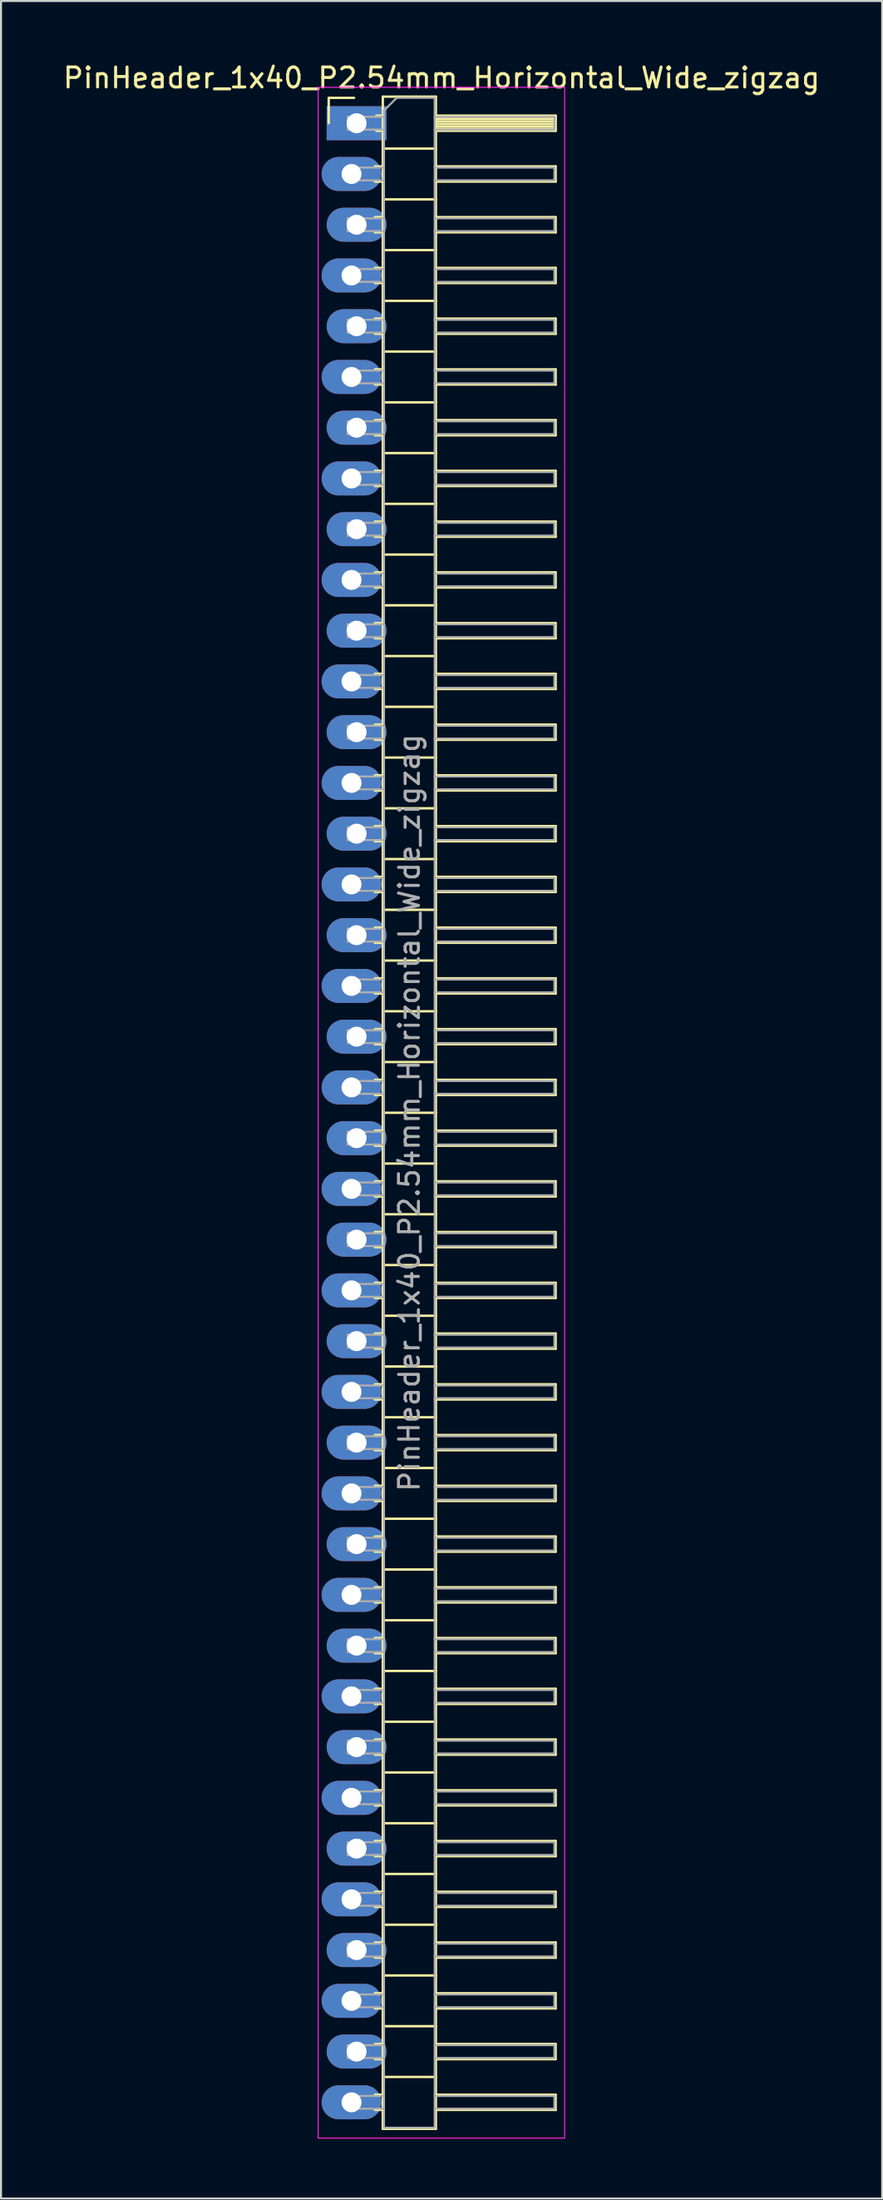
<source format=kicad_pcb>
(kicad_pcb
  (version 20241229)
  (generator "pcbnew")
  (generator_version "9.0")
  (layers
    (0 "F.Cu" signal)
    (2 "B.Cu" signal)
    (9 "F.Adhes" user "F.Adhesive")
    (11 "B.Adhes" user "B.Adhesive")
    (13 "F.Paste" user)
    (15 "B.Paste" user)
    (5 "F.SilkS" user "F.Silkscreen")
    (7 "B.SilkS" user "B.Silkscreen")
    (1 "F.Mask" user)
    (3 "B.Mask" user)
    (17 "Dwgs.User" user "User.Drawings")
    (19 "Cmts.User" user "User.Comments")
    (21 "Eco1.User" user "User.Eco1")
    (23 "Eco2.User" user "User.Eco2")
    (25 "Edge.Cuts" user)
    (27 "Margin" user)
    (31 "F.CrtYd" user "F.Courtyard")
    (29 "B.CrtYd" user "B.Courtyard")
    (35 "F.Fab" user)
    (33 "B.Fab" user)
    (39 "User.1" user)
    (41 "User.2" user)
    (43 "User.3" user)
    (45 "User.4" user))
  (footprint "PinHeader_1x40_P2.54mm_Horizontal_Wide_zigzag"
    (layer "F.Cu")
    (at 14.692 3.118)
    (property "Reference" "PinHeader_1x40_P2.54mm_Horizontal_Wide_zigzag" (at 4.385 -2.27 0) (layer "F.SilkS") (effects (font (size 1 1) (thickness 0.15))))
    (attr through_hole)
    (fp_line (start -1.27 -1.27) (end 0 -1.27) (stroke (width 0.12) (type solid)) (layer "F.SilkS"))
    (fp_line (start -1.27 0) (end -1.27 -1.27) (stroke (width 0.12) (type solid)) (layer "F.SilkS"))
    (fp_line (start 1.043 2.16) (end 1.44 2.16) (stroke (width 0.12) (type solid)) (layer "F.SilkS"))
    (fp_line (start 1.043 2.92) (end 1.44 2.92) (stroke (width 0.12) (type solid)) (layer "F.SilkS"))
    (fp_line (start 1.043 4.7) (end 1.44 4.7) (stroke (width 0.12) (type solid)) (layer "F.SilkS"))
    (fp_line (start 1.043 5.46) (end 1.44 5.46) (stroke (width 0.12) (type solid)) (layer "F.SilkS"))
    (fp_line (start 1.043 7.24) (end 1.44 7.24) (stroke (width 0.12) (type solid)) (layer "F.SilkS"))
    (fp_line (start 1.043 8) (end 1.44 8) (stroke (width 0.12) (type solid)) (layer "F.SilkS"))
    (fp_line (start 1.043 9.78) (end 1.44 9.78) (stroke (width 0.12) (type solid)) (layer "F.SilkS"))
    (fp_line (start 1.043 10.54) (end 1.44 10.54) (stroke (width 0.12) (type solid)) (layer "F.SilkS"))
    (fp_line (start 1.043 12.32) (end 1.44 12.32) (stroke (width 0.12) (type solid)) (layer "F.SilkS"))
    (fp_line (start 1.043 13.08) (end 1.44 13.08) (stroke (width 0.12) (type solid)) (layer "F.SilkS"))
    (fp_line (start 1.043 14.86) (end 1.44 14.86) (stroke (width 0.12) (type solid)) (layer "F.SilkS"))
    (fp_line (start 1.043 15.62) (end 1.44 15.62) (stroke (width 0.12) (type solid)) (layer "F.SilkS"))
    (fp_line (start 1.043 17.4) (end 1.44 17.4) (stroke (width 0.12) (type solid)) (layer "F.SilkS"))
    (fp_line (start 1.043 18.16) (end 1.44 18.16) (stroke (width 0.12) (type solid)) (layer "F.SilkS"))
    (fp_line (start 1.043 19.94) (end 1.44 19.94) (stroke (width 0.12) (type solid)) (layer "F.SilkS"))
    (fp_line (start 1.043 20.7) (end 1.44 20.7) (stroke (width 0.12) (type solid)) (layer "F.SilkS"))
    (fp_line (start 1.043 22.48) (end 1.44 22.48) (stroke (width 0.12) (type solid)) (layer "F.SilkS"))
    (fp_line (start 1.043 23.24) (end 1.44 23.24) (stroke (width 0.12) (type solid)) (layer "F.SilkS"))
    (fp_line (start 1.043 25.02) (end 1.44 25.02) (stroke (width 0.12) (type solid)) (layer "F.SilkS"))
    (fp_line (start 1.043 25.78) (end 1.44 25.78) (stroke (width 0.12) (type solid)) (layer "F.SilkS"))
    (fp_line (start 1.043 27.56) (end 1.44 27.56) (stroke (width 0.12) (type solid)) (layer "F.SilkS"))
    (fp_line (start 1.043 28.32) (end 1.44 28.32) (stroke (width 0.12) (type solid)) (layer "F.SilkS"))
    (fp_line (start 1.043 30.1) (end 1.44 30.1) (stroke (width 0.12) (type solid)) (layer "F.SilkS"))
    (fp_line (start 1.043 30.86) (end 1.44 30.86) (stroke (width 0.12) (type solid)) (layer "F.SilkS"))
    (fp_line (start 1.043 32.64) (end 1.44 32.64) (stroke (width 0.12) (type solid)) (layer "F.SilkS"))
    (fp_line (start 1.043 33.4) (end 1.44 33.4) (stroke (width 0.12) (type solid)) (layer "F.SilkS"))
    (fp_line (start 1.043 35.18) (end 1.44 35.18) (stroke (width 0.12) (type solid)) (layer "F.SilkS"))
    (fp_line (start 1.043 35.94) (end 1.44 35.94) (stroke (width 0.12) (type solid)) (layer "F.SilkS"))
    (fp_line (start 1.043 37.72) (end 1.44 37.72) (stroke (width 0.12) (type solid)) (layer "F.SilkS"))
    (fp_line (start 1.043 38.48) (end 1.44 38.48) (stroke (width 0.12) (type solid)) (layer "F.SilkS"))
    (fp_line (start 1.043 40.26) (end 1.44 40.26) (stroke (width 0.12) (type solid)) (layer "F.SilkS"))
    (fp_line (start 1.043 41.02) (end 1.44 41.02) (stroke (width 0.12) (type solid)) (layer "F.SilkS"))
    (fp_line (start 1.043 42.8) (end 1.44 42.8) (stroke (width 0.12) (type solid)) (layer "F.SilkS"))
    (fp_line (start 1.043 43.56) (end 1.44 43.56) (stroke (width 0.12) (type solid)) (layer "F.SilkS"))
    (fp_line (start 1.043 45.34) (end 1.44 45.34) (stroke (width 0.12) (type solid)) (layer "F.SilkS"))
    (fp_line (start 1.043 46.1) (end 1.44 46.1) (stroke (width 0.12) (type solid)) (layer "F.SilkS"))
    (fp_line (start 1.043 47.88) (end 1.44 47.88) (stroke (width 0.12) (type solid)) (layer "F.SilkS"))
    (fp_line (start 1.043 48.64) (end 1.44 48.64) (stroke (width 0.12) (type solid)) (layer "F.SilkS"))
    (fp_line (start 1.043 50.42) (end 1.44 50.42) (stroke (width 0.12) (type solid)) (layer "F.SilkS"))
    (fp_line (start 1.043 51.18) (end 1.44 51.18) (stroke (width 0.12) (type solid)) (layer "F.SilkS"))
    (fp_line (start 1.043 52.96) (end 1.44 52.96) (stroke (width 0.12) (type solid)) (layer "F.SilkS"))
    (fp_line (start 1.043 53.72) (end 1.44 53.72) (stroke (width 0.12) (type solid)) (layer "F.SilkS"))
    (fp_line (start 1.043 55.5) (end 1.44 55.5) (stroke (width 0.12) (type solid)) (layer "F.SilkS"))
    (fp_line (start 1.043 56.26) (end 1.44 56.26) (stroke (width 0.12) (type solid)) (layer "F.SilkS"))
    (fp_line (start 1.043 58.04) (end 1.44 58.04) (stroke (width 0.12) (type solid)) (layer "F.SilkS"))
    (fp_line (start 1.043 58.8) (end 1.44 58.8) (stroke (width 0.12) (type solid)) (layer "F.SilkS"))
    (fp_line (start 1.043 60.58) (end 1.44 60.58) (stroke (width 0.12) (type solid)) (layer "F.SilkS"))
    (fp_line (start 1.043 61.34) (end 1.44 61.34) (stroke (width 0.12) (type solid)) (layer "F.SilkS"))
    (fp_line (start 1.043 63.12) (end 1.44 63.12) (stroke (width 0.12) (type solid)) (layer "F.SilkS"))
    (fp_line (start 1.043 63.88) (end 1.44 63.88) (stroke (width 0.12) (type solid)) (layer "F.SilkS"))
    (fp_line (start 1.043 65.66) (end 1.44 65.66) (stroke (width 0.12) (type solid)) (layer "F.SilkS"))
    (fp_line (start 1.043 66.42) (end 1.44 66.42) (stroke (width 0.12) (type solid)) (layer "F.SilkS"))
    (fp_line (start 1.043 68.2) (end 1.44 68.2) (stroke (width 0.12) (type solid)) (layer "F.SilkS"))
    (fp_line (start 1.043 68.96) (end 1.44 68.96) (stroke (width 0.12) (type solid)) (layer "F.SilkS"))
    (fp_line (start 1.043 70.74) (end 1.44 70.74) (stroke (width 0.12) (type solid)) (layer "F.SilkS"))
    (fp_line (start 1.043 71.5) (end 1.44 71.5) (stroke (width 0.12) (type solid)) (layer "F.SilkS"))
    (fp_line (start 1.043 73.28) (end 1.44 73.28) (stroke (width 0.12) (type solid)) (layer "F.SilkS"))
    (fp_line (start 1.043 74.04) (end 1.44 74.04) (stroke (width 0.12) (type solid)) (layer "F.SilkS"))
    (fp_line (start 1.043 75.82) (end 1.44 75.82) (stroke (width 0.12) (type solid)) (layer "F.SilkS"))
    (fp_line (start 1.043 76.58) (end 1.44 76.58) (stroke (width 0.12) (type solid)) (layer "F.SilkS"))
    (fp_line (start 1.043 78.36) (end 1.44 78.36) (stroke (width 0.12) (type solid)) (layer "F.SilkS"))
    (fp_line (start 1.043 79.12) (end 1.44 79.12) (stroke (width 0.12) (type solid)) (layer "F.SilkS"))
    (fp_line (start 1.043 80.9) (end 1.44 80.9) (stroke (width 0.12) (type solid)) (layer "F.SilkS"))
    (fp_line (start 1.043 81.66) (end 1.44 81.66) (stroke (width 0.12) (type solid)) (layer "F.SilkS"))
    (fp_line (start 1.043 83.44) (end 1.44 83.44) (stroke (width 0.12) (type solid)) (layer "F.SilkS"))
    (fp_line (start 1.043 84.2) (end 1.44 84.2) (stroke (width 0.12) (type solid)) (layer "F.SilkS"))
    (fp_line (start 1.043 85.98) (end 1.44 85.98) (stroke (width 0.12) (type solid)) (layer "F.SilkS"))
    (fp_line (start 1.043 86.74) (end 1.44 86.74) (stroke (width 0.12) (type solid)) (layer "F.SilkS"))
    (fp_line (start 1.043 88.52) (end 1.44 88.52) (stroke (width 0.12) (type solid)) (layer "F.SilkS"))
    (fp_line (start 1.043 89.28) (end 1.44 89.28) (stroke (width 0.12) (type solid)) (layer "F.SilkS"))
    (fp_line (start 1.043 91.06) (end 1.44 91.06) (stroke (width 0.12) (type solid)) (layer "F.SilkS"))
    (fp_line (start 1.043 91.82) (end 1.44 91.82) (stroke (width 0.12) (type solid)) (layer "F.SilkS"))
    (fp_line (start 1.043 93.6) (end 1.44 93.6) (stroke (width 0.12) (type solid)) (layer "F.SilkS"))
    (fp_line (start 1.043 94.36) (end 1.44 94.36) (stroke (width 0.12) (type solid)) (layer "F.SilkS"))
    (fp_line (start 1.043 96.14) (end 1.44 96.14) (stroke (width 0.12) (type solid)) (layer "F.SilkS"))
    (fp_line (start 1.043 96.9) (end 1.44 96.9) (stroke (width 0.12) (type solid)) (layer "F.SilkS"))
    (fp_line (start 1.043 98.68) (end 1.44 98.68) (stroke (width 0.12) (type solid)) (layer "F.SilkS"))
    (fp_line (start 1.043 99.44) (end 1.44 99.44) (stroke (width 0.12) (type solid)) (layer "F.SilkS"))
    (fp_line (start 1.11 -0.38) (end 1.44 -0.38) (stroke (width 0.12) (type solid)) (layer "F.SilkS"))
    (fp_line (start 1.11 0.38) (end 1.44 0.38) (stroke (width 0.12) (type solid)) (layer "F.SilkS"))
    (fp_line (start 1.44 -1.33) (end 1.44 100.39) (stroke (width 0.12) (type solid)) (layer "F.SilkS"))
    (fp_line (start 1.44 1.27) (end 4.1 1.27) (stroke (width 0.12) (type solid)) (layer "F.SilkS"))
    (fp_line (start 1.44 3.81) (end 4.1 3.81) (stroke (width 0.12) (type solid)) (layer "F.SilkS"))
    (fp_line (start 1.44 6.35) (end 4.1 6.35) (stroke (width 0.12) (type solid)) (layer "F.SilkS"))
    (fp_line (start 1.44 8.89) (end 4.1 8.89) (stroke (width 0.12) (type solid)) (layer "F.SilkS"))
    (fp_line (start 1.44 11.43) (end 4.1 11.43) (stroke (width 0.12) (type solid)) (layer "F.SilkS"))
    (fp_line (start 1.44 13.97) (end 4.1 13.97) (stroke (width 0.12) (type solid)) (layer "F.SilkS"))
    (fp_line (start 1.44 16.51) (end 4.1 16.51) (stroke (width 0.12) (type solid)) (layer "F.SilkS"))
    (fp_line (start 1.44 19.05) (end 4.1 19.05) (stroke (width 0.12) (type solid)) (layer "F.SilkS"))
    (fp_line (start 1.44 21.59) (end 4.1 21.59) (stroke (width 0.12) (type solid)) (layer "F.SilkS"))
    (fp_line (start 1.44 24.13) (end 4.1 24.13) (stroke (width 0.12) (type solid)) (layer "F.SilkS"))
    (fp_line (start 1.44 26.67) (end 4.1 26.67) (stroke (width 0.12) (type solid)) (layer "F.SilkS"))
    (fp_line (start 1.44 29.21) (end 4.1 29.21) (stroke (width 0.12) (type solid)) (layer "F.SilkS"))
    (fp_line (start 1.44 31.75) (end 4.1 31.75) (stroke (width 0.12) (type solid)) (layer "F.SilkS"))
    (fp_line (start 1.44 34.29) (end 4.1 34.29) (stroke (width 0.12) (type solid)) (layer "F.SilkS"))
    (fp_line (start 1.44 36.83) (end 4.1 36.83) (stroke (width 0.12) (type solid)) (layer "F.SilkS"))
    (fp_line (start 1.44 39.37) (end 4.1 39.37) (stroke (width 0.12) (type solid)) (layer "F.SilkS"))
    (fp_line (start 1.44 41.91) (end 4.1 41.91) (stroke (width 0.12) (type solid)) (layer "F.SilkS"))
    (fp_line (start 1.44 44.45) (end 4.1 44.45) (stroke (width 0.12) (type solid)) (layer "F.SilkS"))
    (fp_line (start 1.44 46.99) (end 4.1 46.99) (stroke (width 0.12) (type solid)) (layer "F.SilkS"))
    (fp_line (start 1.44 49.53) (end 4.1 49.53) (stroke (width 0.12) (type solid)) (layer "F.SilkS"))
    (fp_line (start 1.44 52.07) (end 4.1 52.07) (stroke (width 0.12) (type solid)) (layer "F.SilkS"))
    (fp_line (start 1.44 54.61) (end 4.1 54.61) (stroke (width 0.12) (type solid)) (layer "F.SilkS"))
    (fp_line (start 1.44 57.15) (end 4.1 57.15) (stroke (width 0.12) (type solid)) (layer "F.SilkS"))
    (fp_line (start 1.44 59.69) (end 4.1 59.69) (stroke (width 0.12) (type solid)) (layer "F.SilkS"))
    (fp_line (start 1.44 62.23) (end 4.1 62.23) (stroke (width 0.12) (type solid)) (layer "F.SilkS"))
    (fp_line (start 1.44 64.77) (end 4.1 64.77) (stroke (width 0.12) (type solid)) (layer "F.SilkS"))
    (fp_line (start 1.44 67.31) (end 4.1 67.31) (stroke (width 0.12) (type solid)) (layer "F.SilkS"))
    (fp_line (start 1.44 69.85) (end 4.1 69.85) (stroke (width 0.12) (type solid)) (layer "F.SilkS"))
    (fp_line (start 1.44 72.39) (end 4.1 72.39) (stroke (width 0.12) (type solid)) (layer "F.SilkS"))
    (fp_line (start 1.44 74.93) (end 4.1 74.93) (stroke (width 0.12) (type solid)) (layer "F.SilkS"))
    (fp_line (start 1.44 77.47) (end 4.1 77.47) (stroke (width 0.12) (type solid)) (layer "F.SilkS"))
    (fp_line (start 1.44 80.01) (end 4.1 80.01) (stroke (width 0.12) (type solid)) (layer "F.SilkS"))
    (fp_line (start 1.44 82.55) (end 4.1 82.55) (stroke (width 0.12) (type solid)) (layer "F.SilkS"))
    (fp_line (start 1.44 85.09) (end 4.1 85.09) (stroke (width 0.12) (type solid)) (layer "F.SilkS"))
    (fp_line (start 1.44 87.63) (end 4.1 87.63) (stroke (width 0.12) (type solid)) (layer "F.SilkS"))
    (fp_line (start 1.44 90.17) (end 4.1 90.17) (stroke (width 0.12) (type solid)) (layer "F.SilkS"))
    (fp_line (start 1.44 92.71) (end 4.1 92.71) (stroke (width 0.12) (type solid)) (layer "F.SilkS"))
    (fp_line (start 1.44 95.25) (end 4.1 95.25) (stroke (width 0.12) (type solid)) (layer "F.SilkS"))
    (fp_line (start 1.44 97.79) (end 4.1 97.79) (stroke (width 0.12) (type solid)) (layer "F.SilkS"))
    (fp_line (start 1.44 100.39) (end 4.1 100.39) (stroke (width 0.12) (type solid)) (layer "F.SilkS"))
    (fp_line (start 4.1 -1.33) (end 1.44 -1.33) (stroke (width 0.12) (type solid)) (layer "F.SilkS"))
    (fp_line (start 4.1 -0.38) (end 10.1 -0.38) (stroke (width 0.12) (type solid)) (layer "F.SilkS"))
    (fp_line (start 4.1 -0.32) (end 10.1 -0.32) (stroke (width 0.12) (type solid)) (layer "F.SilkS"))
    (fp_line (start 4.1 -0.2) (end 10.1 -0.2) (stroke (width 0.12) (type solid)) (layer "F.SilkS"))
    (fp_line (start 4.1 -0.08) (end 10.1 -0.08) (stroke (width 0.12) (type solid)) (layer "F.SilkS"))
    (fp_line (start 4.1 0.04) (end 10.1 0.04) (stroke (width 0.12) (type solid)) (layer "F.SilkS"))
    (fp_line (start 4.1 0.16) (end 10.1 0.16) (stroke (width 0.12) (type solid)) (layer "F.SilkS"))
    (fp_line (start 4.1 0.28) (end 10.1 0.28) (stroke (width 0.12) (type solid)) (layer "F.SilkS"))
    (fp_line (start 4.1 2.16) (end 10.1 2.16) (stroke (width 0.12) (type solid)) (layer "F.SilkS"))
    (fp_line (start 4.1 4.7) (end 10.1 4.7) (stroke (width 0.12) (type solid)) (layer "F.SilkS"))
    (fp_line (start 4.1 7.24) (end 10.1 7.24) (stroke (width 0.12) (type solid)) (layer "F.SilkS"))
    (fp_line (start 4.1 9.78) (end 10.1 9.78) (stroke (width 0.12) (type solid)) (layer "F.SilkS"))
    (fp_line (start 4.1 12.32) (end 10.1 12.32) (stroke (width 0.12) (type solid)) (layer "F.SilkS"))
    (fp_line (start 4.1 14.86) (end 10.1 14.86) (stroke (width 0.12) (type solid)) (layer "F.SilkS"))
    (fp_line (start 4.1 17.4) (end 10.1 17.4) (stroke (width 0.12) (type solid)) (layer "F.SilkS"))
    (fp_line (start 4.1 19.94) (end 10.1 19.94) (stroke (width 0.12) (type solid)) (layer "F.SilkS"))
    (fp_line (start 4.1 22.48) (end 10.1 22.48) (stroke (width 0.12) (type solid)) (layer "F.SilkS"))
    (fp_line (start 4.1 25.02) (end 10.1 25.02) (stroke (width 0.12) (type solid)) (layer "F.SilkS"))
    (fp_line (start 4.1 27.56) (end 10.1 27.56) (stroke (width 0.12) (type solid)) (layer "F.SilkS"))
    (fp_line (start 4.1 30.1) (end 10.1 30.1) (stroke (width 0.12) (type solid)) (layer "F.SilkS"))
    (fp_line (start 4.1 32.64) (end 10.1 32.64) (stroke (width 0.12) (type solid)) (layer "F.SilkS"))
    (fp_line (start 4.1 35.18) (end 10.1 35.18) (stroke (width 0.12) (type solid)) (layer "F.SilkS"))
    (fp_line (start 4.1 37.72) (end 10.1 37.72) (stroke (width 0.12) (type solid)) (layer "F.SilkS"))
    (fp_line (start 4.1 40.26) (end 10.1 40.26) (stroke (width 0.12) (type solid)) (layer "F.SilkS"))
    (fp_line (start 4.1 42.8) (end 10.1 42.8) (stroke (width 0.12) (type solid)) (layer "F.SilkS"))
    (fp_line (start 4.1 45.34) (end 10.1 45.34) (stroke (width 0.12) (type solid)) (layer "F.SilkS"))
    (fp_line (start 4.1 47.88) (end 10.1 47.88) (stroke (width 0.12) (type solid)) (layer "F.SilkS"))
    (fp_line (start 4.1 50.42) (end 10.1 50.42) (stroke (width 0.12) (type solid)) (layer "F.SilkS"))
    (fp_line (start 4.1 52.96) (end 10.1 52.96) (stroke (width 0.12) (type solid)) (layer "F.SilkS"))
    (fp_line (start 4.1 55.5) (end 10.1 55.5) (stroke (width 0.12) (type solid)) (layer "F.SilkS"))
    (fp_line (start 4.1 58.04) (end 10.1 58.04) (stroke (width 0.12) (type solid)) (layer "F.SilkS"))
    (fp_line (start 4.1 60.58) (end 10.1 60.58) (stroke (width 0.12) (type solid)) (layer "F.SilkS"))
    (fp_line (start 4.1 63.12) (end 10.1 63.12) (stroke (width 0.12) (type solid)) (layer "F.SilkS"))
    (fp_line (start 4.1 65.66) (end 10.1 65.66) (stroke (width 0.12) (type solid)) (layer "F.SilkS"))
    (fp_line (start 4.1 68.2) (end 10.1 68.2) (stroke (width 0.12) (type solid)) (layer "F.SilkS"))
    (fp_line (start 4.1 70.74) (end 10.1 70.74) (stroke (width 0.12) (type solid)) (layer "F.SilkS"))
    (fp_line (start 4.1 73.28) (end 10.1 73.28) (stroke (width 0.12) (type solid)) (layer "F.SilkS"))
    (fp_line (start 4.1 75.82) (end 10.1 75.82) (stroke (width 0.12) (type solid)) (layer "F.SilkS"))
    (fp_line (start 4.1 78.36) (end 10.1 78.36) (stroke (width 0.12) (type solid)) (layer "F.SilkS"))
    (fp_line (start 4.1 80.9) (end 10.1 80.9) (stroke (width 0.12) (type solid)) (layer "F.SilkS"))
    (fp_line (start 4.1 83.44) (end 10.1 83.44) (stroke (width 0.12) (type solid)) (layer "F.SilkS"))
    (fp_line (start 4.1 85.98) (end 10.1 85.98) (stroke (width 0.12) (type solid)) (layer "F.SilkS"))
    (fp_line (start 4.1 88.52) (end 10.1 88.52) (stroke (width 0.12) (type solid)) (layer "F.SilkS"))
    (fp_line (start 4.1 91.06) (end 10.1 91.06) (stroke (width 0.12) (type solid)) (layer "F.SilkS"))
    (fp_line (start 4.1 93.6) (end 10.1 93.6) (stroke (width 0.12) (type solid)) (layer "F.SilkS"))
    (fp_line (start 4.1 96.14) (end 10.1 96.14) (stroke (width 0.12) (type solid)) (layer "F.SilkS"))
    (fp_line (start 4.1 98.68) (end 10.1 98.68) (stroke (width 0.12) (type solid)) (layer "F.SilkS"))
    (fp_line (start 4.1 100.39) (end 4.1 -1.33) (stroke (width 0.12) (type solid)) (layer "F.SilkS"))
    (fp_line (start 10.1 -0.38) (end 10.1 0.38) (stroke (width 0.12) (type solid)) (layer "F.SilkS"))
    (fp_line (start 10.1 0.38) (end 4.1 0.38) (stroke (width 0.12) (type solid)) (layer "F.SilkS"))
    (fp_line (start 10.1 2.16) (end 10.1 2.92) (stroke (width 0.12) (type solid)) (layer "F.SilkS"))
    (fp_line (start 10.1 2.92) (end 4.1 2.92) (stroke (width 0.12) (type solid)) (layer "F.SilkS"))
    (fp_line (start 10.1 4.7) (end 10.1 5.46) (stroke (width 0.12) (type solid)) (layer "F.SilkS"))
    (fp_line (start 10.1 5.46) (end 4.1 5.46) (stroke (width 0.12) (type solid)) (layer "F.SilkS"))
    (fp_line (start 10.1 7.24) (end 10.1 8) (stroke (width 0.12) (type solid)) (layer "F.SilkS"))
    (fp_line (start 10.1 8) (end 4.1 8) (stroke (width 0.12) (type solid)) (layer "F.SilkS"))
    (fp_line (start 10.1 9.78) (end 10.1 10.54) (stroke (width 0.12) (type solid)) (layer "F.SilkS"))
    (fp_line (start 10.1 10.54) (end 4.1 10.54) (stroke (width 0.12) (type solid)) (layer "F.SilkS"))
    (fp_line (start 10.1 12.32) (end 10.1 13.08) (stroke (width 0.12) (type solid)) (layer "F.SilkS"))
    (fp_line (start 10.1 13.08) (end 4.1 13.08) (stroke (width 0.12) (type solid)) (layer "F.SilkS"))
    (fp_line (start 10.1 14.86) (end 10.1 15.62) (stroke (width 0.12) (type solid)) (layer "F.SilkS"))
    (fp_line (start 10.1 15.62) (end 4.1 15.62) (stroke (width 0.12) (type solid)) (layer "F.SilkS"))
    (fp_line (start 10.1 17.4) (end 10.1 18.16) (stroke (width 0.12) (type solid)) (layer "F.SilkS"))
    (fp_line (start 10.1 18.16) (end 4.1 18.16) (stroke (width 0.12) (type solid)) (layer "F.SilkS"))
    (fp_line (start 10.1 19.94) (end 10.1 20.7) (stroke (width 0.12) (type solid)) (layer "F.SilkS"))
    (fp_line (start 10.1 20.7) (end 4.1 20.7) (stroke (width 0.12) (type solid)) (layer "F.SilkS"))
    (fp_line (start 10.1 22.48) (end 10.1 23.24) (stroke (width 0.12) (type solid)) (layer "F.SilkS"))
    (fp_line (start 10.1 23.24) (end 4.1 23.24) (stroke (width 0.12) (type solid)) (layer "F.SilkS"))
    (fp_line (start 10.1 25.02) (end 10.1 25.78) (stroke (width 0.12) (type solid)) (layer "F.SilkS"))
    (fp_line (start 10.1 25.78) (end 4.1 25.78) (stroke (width 0.12) (type solid)) (layer "F.SilkS"))
    (fp_line (start 10.1 27.56) (end 10.1 28.32) (stroke (width 0.12) (type solid)) (layer "F.SilkS"))
    (fp_line (start 10.1 28.32) (end 4.1 28.32) (stroke (width 0.12) (type solid)) (layer "F.SilkS"))
    (fp_line (start 10.1 30.1) (end 10.1 30.86) (stroke (width 0.12) (type solid)) (layer "F.SilkS"))
    (fp_line (start 10.1 30.86) (end 4.1 30.86) (stroke (width 0.12) (type solid)) (layer "F.SilkS"))
    (fp_line (start 10.1 32.64) (end 10.1 33.4) (stroke (width 0.12) (type solid)) (layer "F.SilkS"))
    (fp_line (start 10.1 33.4) (end 4.1 33.4) (stroke (width 0.12) (type solid)) (layer "F.SilkS"))
    (fp_line (start 10.1 35.18) (end 10.1 35.94) (stroke (width 0.12) (type solid)) (layer "F.SilkS"))
    (fp_line (start 10.1 35.94) (end 4.1 35.94) (stroke (width 0.12) (type solid)) (layer "F.SilkS"))
    (fp_line (start 10.1 37.72) (end 10.1 38.48) (stroke (width 0.12) (type solid)) (layer "F.SilkS"))
    (fp_line (start 10.1 38.48) (end 4.1 38.48) (stroke (width 0.12) (type solid)) (layer "F.SilkS"))
    (fp_line (start 10.1 40.26) (end 10.1 41.02) (stroke (width 0.12) (type solid)) (layer "F.SilkS"))
    (fp_line (start 10.1 41.02) (end 4.1 41.02) (stroke (width 0.12) (type solid)) (layer "F.SilkS"))
    (fp_line (start 10.1 42.8) (end 10.1 43.56) (stroke (width 0.12) (type solid)) (layer "F.SilkS"))
    (fp_line (start 10.1 43.56) (end 4.1 43.56) (stroke (width 0.12) (type solid)) (layer "F.SilkS"))
    (fp_line (start 10.1 45.34) (end 10.1 46.1) (stroke (width 0.12) (type solid)) (layer "F.SilkS"))
    (fp_line (start 10.1 46.1) (end 4.1 46.1) (stroke (width 0.12) (type solid)) (layer "F.SilkS"))
    (fp_line (start 10.1 47.88) (end 10.1 48.64) (stroke (width 0.12) (type solid)) (layer "F.SilkS"))
    (fp_line (start 10.1 48.64) (end 4.1 48.64) (stroke (width 0.12) (type solid)) (layer "F.SilkS"))
    (fp_line (start 10.1 50.42) (end 10.1 51.18) (stroke (width 0.12) (type solid)) (layer "F.SilkS"))
    (fp_line (start 10.1 51.18) (end 4.1 51.18) (stroke (width 0.12) (type solid)) (layer "F.SilkS"))
    (fp_line (start 10.1 52.96) (end 10.1 53.72) (stroke (width 0.12) (type solid)) (layer "F.SilkS"))
    (fp_line (start 10.1 53.72) (end 4.1 53.72) (stroke (width 0.12) (type solid)) (layer "F.SilkS"))
    (fp_line (start 10.1 55.5) (end 10.1 56.26) (stroke (width 0.12) (type solid)) (layer "F.SilkS"))
    (fp_line (start 10.1 56.26) (end 4.1 56.26) (stroke (width 0.12) (type solid)) (layer "F.SilkS"))
    (fp_line (start 10.1 58.04) (end 10.1 58.8) (stroke (width 0.12) (type solid)) (layer "F.SilkS"))
    (fp_line (start 10.1 58.8) (end 4.1 58.8) (stroke (width 0.12) (type solid)) (layer "F.SilkS"))
    (fp_line (start 10.1 60.58) (end 10.1 61.34) (stroke (width 0.12) (type solid)) (layer "F.SilkS"))
    (fp_line (start 10.1 61.34) (end 4.1 61.34) (stroke (width 0.12) (type solid)) (layer "F.SilkS"))
    (fp_line (start 10.1 63.12) (end 10.1 63.88) (stroke (width 0.12) (type solid)) (layer "F.SilkS"))
    (fp_line (start 10.1 63.88) (end 4.1 63.88) (stroke (width 0.12) (type solid)) (layer "F.SilkS"))
    (fp_line (start 10.1 65.66) (end 10.1 66.42) (stroke (width 0.12) (type solid)) (layer "F.SilkS"))
    (fp_line (start 10.1 66.42) (end 4.1 66.42) (stroke (width 0.12) (type solid)) (layer "F.SilkS"))
    (fp_line (start 10.1 68.2) (end 10.1 68.96) (stroke (width 0.12) (type solid)) (layer "F.SilkS"))
    (fp_line (start 10.1 68.96) (end 4.1 68.96) (stroke (width 0.12) (type solid)) (layer "F.SilkS"))
    (fp_line (start 10.1 70.74) (end 10.1 71.5) (stroke (width 0.12) (type solid)) (layer "F.SilkS"))
    (fp_line (start 10.1 71.5) (end 4.1 71.5) (stroke (width 0.12) (type solid)) (layer "F.SilkS"))
    (fp_line (start 10.1 73.28) (end 10.1 74.04) (stroke (width 0.12) (type solid)) (layer "F.SilkS"))
    (fp_line (start 10.1 74.04) (end 4.1 74.04) (stroke (width 0.12) (type solid)) (layer "F.SilkS"))
    (fp_line (start 10.1 75.82) (end 10.1 76.58) (stroke (width 0.12) (type solid)) (layer "F.SilkS"))
    (fp_line (start 10.1 76.58) (end 4.1 76.58) (stroke (width 0.12) (type solid)) (layer "F.SilkS"))
    (fp_line (start 10.1 78.36) (end 10.1 79.12) (stroke (width 0.12) (type solid)) (layer "F.SilkS"))
    (fp_line (start 10.1 79.12) (end 4.1 79.12) (stroke (width 0.12) (type solid)) (layer "F.SilkS"))
    (fp_line (start 10.1 80.9) (end 10.1 81.66) (stroke (width 0.12) (type solid)) (layer "F.SilkS"))
    (fp_line (start 10.1 81.66) (end 4.1 81.66) (stroke (width 0.12) (type solid)) (layer "F.SilkS"))
    (fp_line (start 10.1 83.44) (end 10.1 84.2) (stroke (width 0.12) (type solid)) (layer "F.SilkS"))
    (fp_line (start 10.1 84.2) (end 4.1 84.2) (stroke (width 0.12) (type solid)) (layer "F.SilkS"))
    (fp_line (start 10.1 85.98) (end 10.1 86.74) (stroke (width 0.12) (type solid)) (layer "F.SilkS"))
    (fp_line (start 10.1 86.74) (end 4.1 86.74) (stroke (width 0.12) (type solid)) (layer "F.SilkS"))
    (fp_line (start 10.1 88.52) (end 10.1 89.28) (stroke (width 0.12) (type solid)) (layer "F.SilkS"))
    (fp_line (start 10.1 89.28) (end 4.1 89.28) (stroke (width 0.12) (type solid)) (layer "F.SilkS"))
    (fp_line (start 10.1 91.06) (end 10.1 91.82) (stroke (width 0.12) (type solid)) (layer "F.SilkS"))
    (fp_line (start 10.1 91.82) (end 4.1 91.82) (stroke (width 0.12) (type solid)) (layer "F.SilkS"))
    (fp_line (start 10.1 93.6) (end 10.1 94.36) (stroke (width 0.12) (type solid)) (layer "F.SilkS"))
    (fp_line (start 10.1 94.36) (end 4.1 94.36) (stroke (width 0.12) (type solid)) (layer "F.SilkS"))
    (fp_line (start 10.1 96.14) (end 10.1 96.9) (stroke (width 0.12) (type solid)) (layer "F.SilkS"))
    (fp_line (start 10.1 96.9) (end 4.1 96.9) (stroke (width 0.12) (type solid)) (layer "F.SilkS"))
    (fp_line (start 10.1 98.68) (end 10.1 99.44) (stroke (width 0.12) (type solid)) (layer "F.SilkS"))
    (fp_line (start 10.1 99.44) (end 4.1 99.44) (stroke (width 0.12) (type solid)) (layer "F.SilkS"))
    (fp_line (start -1.8 -1.8) (end -1.8 100.85) (stroke (width 0.05) (type solid)) (layer "F.CrtYd"))
    (fp_line (start -1.8 100.85) (end 10.55 100.85) (stroke (width 0.05) (type solid)) (layer "F.CrtYd"))
    (fp_line (start 10.55 -1.8) (end -1.8 -1.8) (stroke (width 0.05) (type solid)) (layer "F.CrtYd"))
    (fp_line (start 10.55 100.85) (end 10.55 -1.8) (stroke (width 0.05) (type solid)) (layer "F.CrtYd"))
    (fp_line (start -0.32 -0.32) (end -0.32 0.32) (stroke (width 0.1) (type solid)) (layer "F.Fab"))
    (fp_line (start -0.32 -0.32) (end 1.5 -0.32) (stroke (width 0.1) (type solid)) (layer "F.Fab"))
    (fp_line (start -0.32 0.32) (end 1.5 0.32) (stroke (width 0.1) (type solid)) (layer "F.Fab"))
    (fp_line (start -0.32 2.22) (end -0.32 2.86) (stroke (width 0.1) (type solid)) (layer "F.Fab"))
    (fp_line (start -0.32 2.22) (end 1.5 2.22) (stroke (width 0.1) (type solid)) (layer "F.Fab"))
    (fp_line (start -0.32 2.86) (end 1.5 2.86) (stroke (width 0.1) (type solid)) (layer "F.Fab"))
    (fp_line (start -0.32 4.76) (end -0.32 5.4) (stroke (width 0.1) (type solid)) (layer "F.Fab"))
    (fp_line (start -0.32 4.76) (end 1.5 4.76) (stroke (width 0.1) (type solid)) (layer "F.Fab"))
    (fp_line (start -0.32 5.4) (end 1.5 5.4) (stroke (width 0.1) (type solid)) (layer "F.Fab"))
    (fp_line (start -0.32 7.3) (end -0.32 7.94) (stroke (width 0.1) (type solid)) (layer "F.Fab"))
    (fp_line (start -0.32 7.3) (end 1.5 7.3) (stroke (width 0.1) (type solid)) (layer "F.Fab"))
    (fp_line (start -0.32 7.94) (end 1.5 7.94) (stroke (width 0.1) (type solid)) (layer "F.Fab"))
    (fp_line (start -0.32 9.84) (end -0.32 10.48) (stroke (width 0.1) (type solid)) (layer "F.Fab"))
    (fp_line (start -0.32 9.84) (end 1.5 9.84) (stroke (width 0.1) (type solid)) (layer "F.Fab"))
    (fp_line (start -0.32 10.48) (end 1.5 10.48) (stroke (width 0.1) (type solid)) (layer "F.Fab"))
    (fp_line (start -0.32 12.38) (end -0.32 13.02) (stroke (width 0.1) (type solid)) (layer "F.Fab"))
    (fp_line (start -0.32 12.38) (end 1.5 12.38) (stroke (width 0.1) (type solid)) (layer "F.Fab"))
    (fp_line (start -0.32 13.02) (end 1.5 13.02) (stroke (width 0.1) (type solid)) (layer "F.Fab"))
    (fp_line (start -0.32 14.92) (end -0.32 15.56) (stroke (width 0.1) (type solid)) (layer "F.Fab"))
    (fp_line (start -0.32 14.92) (end 1.5 14.92) (stroke (width 0.1) (type solid)) (layer "F.Fab"))
    (fp_line (start -0.32 15.56) (end 1.5 15.56) (stroke (width 0.1) (type solid)) (layer "F.Fab"))
    (fp_line (start -0.32 17.46) (end -0.32 18.1) (stroke (width 0.1) (type solid)) (layer "F.Fab"))
    (fp_line (start -0.32 17.46) (end 1.5 17.46) (stroke (width 0.1) (type solid)) (layer "F.Fab"))
    (fp_line (start -0.32 18.1) (end 1.5 18.1) (stroke (width 0.1) (type solid)) (layer "F.Fab"))
    (fp_line (start -0.32 20) (end -0.32 20.64) (stroke (width 0.1) (type solid)) (layer "F.Fab"))
    (fp_line (start -0.32 20) (end 1.5 20) (stroke (width 0.1) (type solid)) (layer "F.Fab"))
    (fp_line (start -0.32 20.64) (end 1.5 20.64) (stroke (width 0.1) (type solid)) (layer "F.Fab"))
    (fp_line (start -0.32 22.54) (end -0.32 23.18) (stroke (width 0.1) (type solid)) (layer "F.Fab"))
    (fp_line (start -0.32 22.54) (end 1.5 22.54) (stroke (width 0.1) (type solid)) (layer "F.Fab"))
    (fp_line (start -0.32 23.18) (end 1.5 23.18) (stroke (width 0.1) (type solid)) (layer "F.Fab"))
    (fp_line (start -0.32 25.08) (end -0.32 25.72) (stroke (width 0.1) (type solid)) (layer "F.Fab"))
    (fp_line (start -0.32 25.08) (end 1.5 25.08) (stroke (width 0.1) (type solid)) (layer "F.Fab"))
    (fp_line (start -0.32 25.72) (end 1.5 25.72) (stroke (width 0.1) (type solid)) (layer "F.Fab"))
    (fp_line (start -0.32 27.62) (end -0.32 28.26) (stroke (width 0.1) (type solid)) (layer "F.Fab"))
    (fp_line (start -0.32 27.62) (end 1.5 27.62) (stroke (width 0.1) (type solid)) (layer "F.Fab"))
    (fp_line (start -0.32 28.26) (end 1.5 28.26) (stroke (width 0.1) (type solid)) (layer "F.Fab"))
    (fp_line (start -0.32 30.16) (end -0.32 30.8) (stroke (width 0.1) (type solid)) (layer "F.Fab"))
    (fp_line (start -0.32 30.16) (end 1.5 30.16) (stroke (width 0.1) (type solid)) (layer "F.Fab"))
    (fp_line (start -0.32 30.8) (end 1.5 30.8) (stroke (width 0.1) (type solid)) (layer "F.Fab"))
    (fp_line (start -0.32 32.7) (end -0.32 33.34) (stroke (width 0.1) (type solid)) (layer "F.Fab"))
    (fp_line (start -0.32 32.7) (end 1.5 32.7) (stroke (width 0.1) (type solid)) (layer "F.Fab"))
    (fp_line (start -0.32 33.34) (end 1.5 33.34) (stroke (width 0.1) (type solid)) (layer "F.Fab"))
    (fp_line (start -0.32 35.24) (end -0.32 35.88) (stroke (width 0.1) (type solid)) (layer "F.Fab"))
    (fp_line (start -0.32 35.24) (end 1.5 35.24) (stroke (width 0.1) (type solid)) (layer "F.Fab"))
    (fp_line (start -0.32 35.88) (end 1.5 35.88) (stroke (width 0.1) (type solid)) (layer "F.Fab"))
    (fp_line (start -0.32 37.78) (end -0.32 38.42) (stroke (width 0.1) (type solid)) (layer "F.Fab"))
    (fp_line (start -0.32 37.78) (end 1.5 37.78) (stroke (width 0.1) (type solid)) (layer "F.Fab"))
    (fp_line (start -0.32 38.42) (end 1.5 38.42) (stroke (width 0.1) (type solid)) (layer "F.Fab"))
    (fp_line (start -0.32 40.32) (end -0.32 40.96) (stroke (width 0.1) (type solid)) (layer "F.Fab"))
    (fp_line (start -0.32 40.32) (end 1.5 40.32) (stroke (width 0.1) (type solid)) (layer "F.Fab"))
    (fp_line (start -0.32 40.96) (end 1.5 40.96) (stroke (width 0.1) (type solid)) (layer "F.Fab"))
    (fp_line (start -0.32 42.86) (end -0.32 43.5) (stroke (width 0.1) (type solid)) (layer "F.Fab"))
    (fp_line (start -0.32 42.86) (end 1.5 42.86) (stroke (width 0.1) (type solid)) (layer "F.Fab"))
    (fp_line (start -0.32 43.5) (end 1.5 43.5) (stroke (width 0.1) (type solid)) (layer "F.Fab"))
    (fp_line (start -0.32 45.4) (end -0.32 46.04) (stroke (width 0.1) (type solid)) (layer "F.Fab"))
    (fp_line (start -0.32 45.4) (end 1.5 45.4) (stroke (width 0.1) (type solid)) (layer "F.Fab"))
    (fp_line (start -0.32 46.04) (end 1.5 46.04) (stroke (width 0.1) (type solid)) (layer "F.Fab"))
    (fp_line (start -0.32 47.94) (end -0.32 48.58) (stroke (width 0.1) (type solid)) (layer "F.Fab"))
    (fp_line (start -0.32 47.94) (end 1.5 47.94) (stroke (width 0.1) (type solid)) (layer "F.Fab"))
    (fp_line (start -0.32 48.58) (end 1.5 48.58) (stroke (width 0.1) (type solid)) (layer "F.Fab"))
    (fp_line (start -0.32 50.48) (end -0.32 51.12) (stroke (width 0.1) (type solid)) (layer "F.Fab"))
    (fp_line (start -0.32 50.48) (end 1.5 50.48) (stroke (width 0.1) (type solid)) (layer "F.Fab"))
    (fp_line (start -0.32 51.12) (end 1.5 51.12) (stroke (width 0.1) (type solid)) (layer "F.Fab"))
    (fp_line (start -0.32 53.02) (end -0.32 53.66) (stroke (width 0.1) (type solid)) (layer "F.Fab"))
    (fp_line (start -0.32 53.02) (end 1.5 53.02) (stroke (width 0.1) (type solid)) (layer "F.Fab"))
    (fp_line (start -0.32 53.66) (end 1.5 53.66) (stroke (width 0.1) (type solid)) (layer "F.Fab"))
    (fp_line (start -0.32 55.56) (end -0.32 56.2) (stroke (width 0.1) (type solid)) (layer "F.Fab"))
    (fp_line (start -0.32 55.56) (end 1.5 55.56) (stroke (width 0.1) (type solid)) (layer "F.Fab"))
    (fp_line (start -0.32 56.2) (end 1.5 56.2) (stroke (width 0.1) (type solid)) (layer "F.Fab"))
    (fp_line (start -0.32 58.1) (end -0.32 58.74) (stroke (width 0.1) (type solid)) (layer "F.Fab"))
    (fp_line (start -0.32 58.1) (end 1.5 58.1) (stroke (width 0.1) (type solid)) (layer "F.Fab"))
    (fp_line (start -0.32 58.74) (end 1.5 58.74) (stroke (width 0.1) (type solid)) (layer "F.Fab"))
    (fp_line (start -0.32 60.64) (end -0.32 61.28) (stroke (width 0.1) (type solid)) (layer "F.Fab"))
    (fp_line (start -0.32 60.64) (end 1.5 60.64) (stroke (width 0.1) (type solid)) (layer "F.Fab"))
    (fp_line (start -0.32 61.28) (end 1.5 61.28) (stroke (width 0.1) (type solid)) (layer "F.Fab"))
    (fp_line (start -0.32 63.18) (end -0.32 63.82) (stroke (width 0.1) (type solid)) (layer "F.Fab"))
    (fp_line (start -0.32 63.18) (end 1.5 63.18) (stroke (width 0.1) (type solid)) (layer "F.Fab"))
    (fp_line (start -0.32 63.82) (end 1.5 63.82) (stroke (width 0.1) (type solid)) (layer "F.Fab"))
    (fp_line (start -0.32 65.72) (end -0.32 66.36) (stroke (width 0.1) (type solid)) (layer "F.Fab"))
    (fp_line (start -0.32 65.72) (end 1.5 65.72) (stroke (width 0.1) (type solid)) (layer "F.Fab"))
    (fp_line (start -0.32 66.36) (end 1.5 66.36) (stroke (width 0.1) (type solid)) (layer "F.Fab"))
    (fp_line (start -0.32 68.26) (end -0.32 68.9) (stroke (width 0.1) (type solid)) (layer "F.Fab"))
    (fp_line (start -0.32 68.26) (end 1.5 68.26) (stroke (width 0.1) (type solid)) (layer "F.Fab"))
    (fp_line (start -0.32 68.9) (end 1.5 68.9) (stroke (width 0.1) (type solid)) (layer "F.Fab"))
    (fp_line (start -0.32 70.8) (end -0.32 71.44) (stroke (width 0.1) (type solid)) (layer "F.Fab"))
    (fp_line (start -0.32 70.8) (end 1.5 70.8) (stroke (width 0.1) (type solid)) (layer "F.Fab"))
    (fp_line (start -0.32 71.44) (end 1.5 71.44) (stroke (width 0.1) (type solid)) (layer "F.Fab"))
    (fp_line (start -0.32 73.34) (end -0.32 73.98) (stroke (width 0.1) (type solid)) (layer "F.Fab"))
    (fp_line (start -0.32 73.34) (end 1.5 73.34) (stroke (width 0.1) (type solid)) (layer "F.Fab"))
    (fp_line (start -0.32 73.98) (end 1.5 73.98) (stroke (width 0.1) (type solid)) (layer "F.Fab"))
    (fp_line (start -0.32 75.88) (end -0.32 76.52) (stroke (width 0.1) (type solid)) (layer "F.Fab"))
    (fp_line (start -0.32 75.88) (end 1.5 75.88) (stroke (width 0.1) (type solid)) (layer "F.Fab"))
    (fp_line (start -0.32 76.52) (end 1.5 76.52) (stroke (width 0.1) (type solid)) (layer "F.Fab"))
    (fp_line (start -0.32 78.42) (end -0.32 79.06) (stroke (width 0.1) (type solid)) (layer "F.Fab"))
    (fp_line (start -0.32 78.42) (end 1.5 78.42) (stroke (width 0.1) (type solid)) (layer "F.Fab"))
    (fp_line (start -0.32 79.06) (end 1.5 79.06) (stroke (width 0.1) (type solid)) (layer "F.Fab"))
    (fp_line (start -0.32 80.96) (end -0.32 81.6) (stroke (width 0.1) (type solid)) (layer "F.Fab"))
    (fp_line (start -0.32 80.96) (end 1.5 80.96) (stroke (width 0.1) (type solid)) (layer "F.Fab"))
    (fp_line (start -0.32 81.6) (end 1.5 81.6) (stroke (width 0.1) (type solid)) (layer "F.Fab"))
    (fp_line (start -0.32 83.5) (end -0.32 84.14) (stroke (width 0.1) (type solid)) (layer "F.Fab"))
    (fp_line (start -0.32 83.5) (end 1.5 83.5) (stroke (width 0.1) (type solid)) (layer "F.Fab"))
    (fp_line (start -0.32 84.14) (end 1.5 84.14) (stroke (width 0.1) (type solid)) (layer "F.Fab"))
    (fp_line (start -0.32 86.04) (end -0.32 86.68) (stroke (width 0.1) (type solid)) (layer "F.Fab"))
    (fp_line (start -0.32 86.04) (end 1.5 86.04) (stroke (width 0.1) (type solid)) (layer "F.Fab"))
    (fp_line (start -0.32 86.68) (end 1.5 86.68) (stroke (width 0.1) (type solid)) (layer "F.Fab"))
    (fp_line (start -0.32 88.58) (end -0.32 89.22) (stroke (width 0.1) (type solid)) (layer "F.Fab"))
    (fp_line (start -0.32 88.58) (end 1.5 88.58) (stroke (width 0.1) (type solid)) (layer "F.Fab"))
    (fp_line (start -0.32 89.22) (end 1.5 89.22) (stroke (width 0.1) (type solid)) (layer "F.Fab"))
    (fp_line (start -0.32 91.12) (end -0.32 91.76) (stroke (width 0.1) (type solid)) (layer "F.Fab"))
    (fp_line (start -0.32 91.12) (end 1.5 91.12) (stroke (width 0.1) (type solid)) (layer "F.Fab"))
    (fp_line (start -0.32 91.76) (end 1.5 91.76) (stroke (width 0.1) (type solid)) (layer "F.Fab"))
    (fp_line (start -0.32 93.66) (end -0.32 94.3) (stroke (width 0.1) (type solid)) (layer "F.Fab"))
    (fp_line (start -0.32 93.66) (end 1.5 93.66) (stroke (width 0.1) (type solid)) (layer "F.Fab"))
    (fp_line (start -0.32 94.3) (end 1.5 94.3) (stroke (width 0.1) (type solid)) (layer "F.Fab"))
    (fp_line (start -0.32 96.2) (end -0.32 96.84) (stroke (width 0.1) (type solid)) (layer "F.Fab"))
    (fp_line (start -0.32 96.2) (end 1.5 96.2) (stroke (width 0.1) (type solid)) (layer "F.Fab"))
    (fp_line (start -0.32 96.84) (end 1.5 96.84) (stroke (width 0.1) (type solid)) (layer "F.Fab"))
    (fp_line (start -0.32 98.74) (end -0.32 99.38) (stroke (width 0.1) (type solid)) (layer "F.Fab"))
    (fp_line (start -0.32 98.74) (end 1.5 98.74) (stroke (width 0.1) (type solid)) (layer "F.Fab"))
    (fp_line (start -0.32 99.38) (end 1.5 99.38) (stroke (width 0.1) (type solid)) (layer "F.Fab"))
    (fp_line (start 1.5 -0.635) (end 2.135 -1.27) (stroke (width 0.1) (type solid)) (layer "F.Fab"))
    (fp_line (start 1.5 100.33) (end 1.5 -0.635) (stroke (width 0.1) (type solid)) (layer "F.Fab"))
    (fp_line (start 2.135 -1.27) (end 4.04 -1.27) (stroke (width 0.1) (type solid)) (layer "F.Fab"))
    (fp_line (start 4.04 -1.27) (end 4.04 100.33) (stroke (width 0.1) (type solid)) (layer "F.Fab"))
    (fp_line (start 4.04 -0.32) (end 10.04 -0.32) (stroke (width 0.1) (type solid)) (layer "F.Fab"))
    (fp_line (start 4.04 0.32) (end 10.04 0.32) (stroke (width 0.1) (type solid)) (layer "F.Fab"))
    (fp_line (start 4.04 2.22) (end 10.04 2.22) (stroke (width 0.1) (type solid)) (layer "F.Fab"))
    (fp_line (start 4.04 2.86) (end 10.04 2.86) (stroke (width 0.1) (type solid)) (layer "F.Fab"))
    (fp_line (start 4.04 4.76) (end 10.04 4.76) (stroke (width 0.1) (type solid)) (layer "F.Fab"))
    (fp_line (start 4.04 5.4) (end 10.04 5.4) (stroke (width 0.1) (type solid)) (layer "F.Fab"))
    (fp_line (start 4.04 7.3) (end 10.04 7.3) (stroke (width 0.1) (type solid)) (layer "F.Fab"))
    (fp_line (start 4.04 7.94) (end 10.04 7.94) (stroke (width 0.1) (type solid)) (layer "F.Fab"))
    (fp_line (start 4.04 9.84) (end 10.04 9.84) (stroke (width 0.1) (type solid)) (layer "F.Fab"))
    (fp_line (start 4.04 10.48) (end 10.04 10.48) (stroke (width 0.1) (type solid)) (layer "F.Fab"))
    (fp_line (start 4.04 12.38) (end 10.04 12.38) (stroke (width 0.1) (type solid)) (layer "F.Fab"))
    (fp_line (start 4.04 13.02) (end 10.04 13.02) (stroke (width 0.1) (type solid)) (layer "F.Fab"))
    (fp_line (start 4.04 14.92) (end 10.04 14.92) (stroke (width 0.1) (type solid)) (layer "F.Fab"))
    (fp_line (start 4.04 15.56) (end 10.04 15.56) (stroke (width 0.1) (type solid)) (layer "F.Fab"))
    (fp_line (start 4.04 17.46) (end 10.04 17.46) (stroke (width 0.1) (type solid)) (layer "F.Fab"))
    (fp_line (start 4.04 18.1) (end 10.04 18.1) (stroke (width 0.1) (type solid)) (layer "F.Fab"))
    (fp_line (start 4.04 20) (end 10.04 20) (stroke (width 0.1) (type solid)) (layer "F.Fab"))
    (fp_line (start 4.04 20.64) (end 10.04 20.64) (stroke (width 0.1) (type solid)) (layer "F.Fab"))
    (fp_line (start 4.04 22.54) (end 10.04 22.54) (stroke (width 0.1) (type solid)) (layer "F.Fab"))
    (fp_line (start 4.04 23.18) (end 10.04 23.18) (stroke (width 0.1) (type solid)) (layer "F.Fab"))
    (fp_line (start 4.04 25.08) (end 10.04 25.08) (stroke (width 0.1) (type solid)) (layer "F.Fab"))
    (fp_line (start 4.04 25.72) (end 10.04 25.72) (stroke (width 0.1) (type solid)) (layer "F.Fab"))
    (fp_line (start 4.04 27.62) (end 10.04 27.62) (stroke (width 0.1) (type solid)) (layer "F.Fab"))
    (fp_line (start 4.04 28.26) (end 10.04 28.26) (stroke (width 0.1) (type solid)) (layer "F.Fab"))
    (fp_line (start 4.04 30.16) (end 10.04 30.16) (stroke (width 0.1) (type solid)) (layer "F.Fab"))
    (fp_line (start 4.04 30.8) (end 10.04 30.8) (stroke (width 0.1) (type solid)) (layer "F.Fab"))
    (fp_line (start 4.04 32.7) (end 10.04 32.7) (stroke (width 0.1) (type solid)) (layer "F.Fab"))
    (fp_line (start 4.04 33.34) (end 10.04 33.34) (stroke (width 0.1) (type solid)) (layer "F.Fab"))
    (fp_line (start 4.04 35.24) (end 10.04 35.24) (stroke (width 0.1) (type solid)) (layer "F.Fab"))
    (fp_line (start 4.04 35.88) (end 10.04 35.88) (stroke (width 0.1) (type solid)) (layer "F.Fab"))
    (fp_line (start 4.04 37.78) (end 10.04 37.78) (stroke (width 0.1) (type solid)) (layer "F.Fab"))
    (fp_line (start 4.04 38.42) (end 10.04 38.42) (stroke (width 0.1) (type solid)) (layer "F.Fab"))
    (fp_line (start 4.04 40.32) (end 10.04 40.32) (stroke (width 0.1) (type solid)) (layer "F.Fab"))
    (fp_line (start 4.04 40.96) (end 10.04 40.96) (stroke (width 0.1) (type solid)) (layer "F.Fab"))
    (fp_line (start 4.04 42.86) (end 10.04 42.86) (stroke (width 0.1) (type solid)) (layer "F.Fab"))
    (fp_line (start 4.04 43.5) (end 10.04 43.5) (stroke (width 0.1) (type solid)) (layer "F.Fab"))
    (fp_line (start 4.04 45.4) (end 10.04 45.4) (stroke (width 0.1) (type solid)) (layer "F.Fab"))
    (fp_line (start 4.04 46.04) (end 10.04 46.04) (stroke (width 0.1) (type solid)) (layer "F.Fab"))
    (fp_line (start 4.04 47.94) (end 10.04 47.94) (stroke (width 0.1) (type solid)) (layer "F.Fab"))
    (fp_line (start 4.04 48.58) (end 10.04 48.58) (stroke (width 0.1) (type solid)) (layer "F.Fab"))
    (fp_line (start 4.04 50.48) (end 10.04 50.48) (stroke (width 0.1) (type solid)) (layer "F.Fab"))
    (fp_line (start 4.04 51.12) (end 10.04 51.12) (stroke (width 0.1) (type solid)) (layer "F.Fab"))
    (fp_line (start 4.04 53.02) (end 10.04 53.02) (stroke (width 0.1) (type solid)) (layer "F.Fab"))
    (fp_line (start 4.04 53.66) (end 10.04 53.66) (stroke (width 0.1) (type solid)) (layer "F.Fab"))
    (fp_line (start 4.04 55.56) (end 10.04 55.56) (stroke (width 0.1) (type solid)) (layer "F.Fab"))
    (fp_line (start 4.04 56.2) (end 10.04 56.2) (stroke (width 0.1) (type solid)) (layer "F.Fab"))
    (fp_line (start 4.04 58.1) (end 10.04 58.1) (stroke (width 0.1) (type solid)) (layer "F.Fab"))
    (fp_line (start 4.04 58.74) (end 10.04 58.74) (stroke (width 0.1) (type solid)) (layer "F.Fab"))
    (fp_line (start 4.04 60.64) (end 10.04 60.64) (stroke (width 0.1) (type solid)) (layer "F.Fab"))
    (fp_line (start 4.04 61.28) (end 10.04 61.28) (stroke (width 0.1) (type solid)) (layer "F.Fab"))
    (fp_line (start 4.04 63.18) (end 10.04 63.18) (stroke (width 0.1) (type solid)) (layer "F.Fab"))
    (fp_line (start 4.04 63.82) (end 10.04 63.82) (stroke (width 0.1) (type solid)) (layer "F.Fab"))
    (fp_line (start 4.04 65.72) (end 10.04 65.72) (stroke (width 0.1) (type solid)) (layer "F.Fab"))
    (fp_line (start 4.04 66.36) (end 10.04 66.36) (stroke (width 0.1) (type solid)) (layer "F.Fab"))
    (fp_line (start 4.04 68.26) (end 10.04 68.26) (stroke (width 0.1) (type solid)) (layer "F.Fab"))
    (fp_line (start 4.04 68.9) (end 10.04 68.9) (stroke (width 0.1) (type solid)) (layer "F.Fab"))
    (fp_line (start 4.04 70.8) (end 10.04 70.8) (stroke (width 0.1) (type solid)) (layer "F.Fab"))
    (fp_line (start 4.04 71.44) (end 10.04 71.44) (stroke (width 0.1) (type solid)) (layer "F.Fab"))
    (fp_line (start 4.04 73.34) (end 10.04 73.34) (stroke (width 0.1) (type solid)) (layer "F.Fab"))
    (fp_line (start 4.04 73.98) (end 10.04 73.98) (stroke (width 0.1) (type solid)) (layer "F.Fab"))
    (fp_line (start 4.04 75.88) (end 10.04 75.88) (stroke (width 0.1) (type solid)) (layer "F.Fab"))
    (fp_line (start 4.04 76.52) (end 10.04 76.52) (stroke (width 0.1) (type solid)) (layer "F.Fab"))
    (fp_line (start 4.04 78.42) (end 10.04 78.42) (stroke (width 0.1) (type solid)) (layer "F.Fab"))
    (fp_line (start 4.04 79.06) (end 10.04 79.06) (stroke (width 0.1) (type solid)) (layer "F.Fab"))
    (fp_line (start 4.04 80.96) (end 10.04 80.96) (stroke (width 0.1) (type solid)) (layer "F.Fab"))
    (fp_line (start 4.04 81.6) (end 10.04 81.6) (stroke (width 0.1) (type solid)) (layer "F.Fab"))
    (fp_line (start 4.04 83.5) (end 10.04 83.5) (stroke (width 0.1) (type solid)) (layer "F.Fab"))
    (fp_line (start 4.04 84.14) (end 10.04 84.14) (stroke (width 0.1) (type solid)) (layer "F.Fab"))
    (fp_line (start 4.04 86.04) (end 10.04 86.04) (stroke (width 0.1) (type solid)) (layer "F.Fab"))
    (fp_line (start 4.04 86.68) (end 10.04 86.68) (stroke (width 0.1) (type solid)) (layer "F.Fab"))
    (fp_line (start 4.04 88.58) (end 10.04 88.58) (stroke (width 0.1) (type solid)) (layer "F.Fab"))
    (fp_line (start 4.04 89.22) (end 10.04 89.22) (stroke (width 0.1) (type solid)) (layer "F.Fab"))
    (fp_line (start 4.04 91.12) (end 10.04 91.12) (stroke (width 0.1) (type solid)) (layer "F.Fab"))
    (fp_line (start 4.04 91.76) (end 10.04 91.76) (stroke (width 0.1) (type solid)) (layer "F.Fab"))
    (fp_line (start 4.04 93.66) (end 10.04 93.66) (stroke (width 0.1) (type solid)) (layer "F.Fab"))
    (fp_line (start 4.04 94.3) (end 10.04 94.3) (stroke (width 0.1) (type solid)) (layer "F.Fab"))
    (fp_line (start 4.04 96.2) (end 10.04 96.2) (stroke (width 0.1) (type solid)) (layer "F.Fab"))
    (fp_line (start 4.04 96.84) (end 10.04 96.84) (stroke (width 0.1) (type solid)) (layer "F.Fab"))
    (fp_line (start 4.04 98.74) (end 10.04 98.74) (stroke (width 0.1) (type solid)) (layer "F.Fab"))
    (fp_line (start 4.04 99.38) (end 10.04 99.38) (stroke (width 0.1) (type solid)) (layer "F.Fab"))
    (fp_line (start 4.04 100.33) (end 1.5 100.33) (stroke (width 0.1) (type solid)) (layer "F.Fab"))
    (fp_line (start 10.04 -0.32) (end 10.04 0.32) (stroke (width 0.1) (type solid)) (layer "F.Fab"))
    (fp_line (start 10.04 2.22) (end 10.04 2.86) (stroke (width 0.1) (type solid)) (layer "F.Fab"))
    (fp_line (start 10.04 4.76) (end 10.04 5.4) (stroke (width 0.1) (type solid)) (layer "F.Fab"))
    (fp_line (start 10.04 7.3) (end 10.04 7.94) (stroke (width 0.1) (type solid)) (layer "F.Fab"))
    (fp_line (start 10.04 9.84) (end 10.04 10.48) (stroke (width 0.1) (type solid)) (layer "F.Fab"))
    (fp_line (start 10.04 12.38) (end 10.04 13.02) (stroke (width 0.1) (type solid)) (layer "F.Fab"))
    (fp_line (start 10.04 14.92) (end 10.04 15.56) (stroke (width 0.1) (type solid)) (layer "F.Fab"))
    (fp_line (start 10.04 17.46) (end 10.04 18.1) (stroke (width 0.1) (type solid)) (layer "F.Fab"))
    (fp_line (start 10.04 20) (end 10.04 20.64) (stroke (width 0.1) (type solid)) (layer "F.Fab"))
    (fp_line (start 10.04 22.54) (end 10.04 23.18) (stroke (width 0.1) (type solid)) (layer "F.Fab"))
    (fp_line (start 10.04 25.08) (end 10.04 25.72) (stroke (width 0.1) (type solid)) (layer "F.Fab"))
    (fp_line (start 10.04 27.62) (end 10.04 28.26) (stroke (width 0.1) (type solid)) (layer "F.Fab"))
    (fp_line (start 10.04 30.16) (end 10.04 30.8) (stroke (width 0.1) (type solid)) (layer "F.Fab"))
    (fp_line (start 10.04 32.7) (end 10.04 33.34) (stroke (width 0.1) (type solid)) (layer "F.Fab"))
    (fp_line (start 10.04 35.24) (end 10.04 35.88) (stroke (width 0.1) (type solid)) (layer "F.Fab"))
    (fp_line (start 10.04 37.78) (end 10.04 38.42) (stroke (width 0.1) (type solid)) (layer "F.Fab"))
    (fp_line (start 10.04 40.32) (end 10.04 40.96) (stroke (width 0.1) (type solid)) (layer "F.Fab"))
    (fp_line (start 10.04 42.86) (end 10.04 43.5) (stroke (width 0.1) (type solid)) (layer "F.Fab"))
    (fp_line (start 10.04 45.4) (end 10.04 46.04) (stroke (width 0.1) (type solid)) (layer "F.Fab"))
    (fp_line (start 10.04 47.94) (end 10.04 48.58) (stroke (width 0.1) (type solid)) (layer "F.Fab"))
    (fp_line (start 10.04 50.48) (end 10.04 51.12) (stroke (width 0.1) (type solid)) (layer "F.Fab"))
    (fp_line (start 10.04 53.02) (end 10.04 53.66) (stroke (width 0.1) (type solid)) (layer "F.Fab"))
    (fp_line (start 10.04 55.56) (end 10.04 56.2) (stroke (width 0.1) (type solid)) (layer "F.Fab"))
    (fp_line (start 10.04 58.1) (end 10.04 58.74) (stroke (width 0.1) (type solid)) (layer "F.Fab"))
    (fp_line (start 10.04 60.64) (end 10.04 61.28) (stroke (width 0.1) (type solid)) (layer "F.Fab"))
    (fp_line (start 10.04 63.18) (end 10.04 63.82) (stroke (width 0.1) (type solid)) (layer "F.Fab"))
    (fp_line (start 10.04 65.72) (end 10.04 66.36) (stroke (width 0.1) (type solid)) (layer "F.Fab"))
    (fp_line (start 10.04 68.26) (end 10.04 68.9) (stroke (width 0.1) (type solid)) (layer "F.Fab"))
    (fp_line (start 10.04 70.8) (end 10.04 71.44) (stroke (width 0.1) (type solid)) (layer "F.Fab"))
    (fp_line (start 10.04 73.34) (end 10.04 73.98) (stroke (width 0.1) (type solid)) (layer "F.Fab"))
    (fp_line (start 10.04 75.88) (end 10.04 76.52) (stroke (width 0.1) (type solid)) (layer "F.Fab"))
    (fp_line (start 10.04 78.42) (end 10.04 79.06) (stroke (width 0.1) (type solid)) (layer "F.Fab"))
    (fp_line (start 10.04 80.96) (end 10.04 81.6) (stroke (width 0.1) (type solid)) (layer "F.Fab"))
    (fp_line (start 10.04 83.5) (end 10.04 84.14) (stroke (width 0.1) (type solid)) (layer "F.Fab"))
    (fp_line (start 10.04 86.04) (end 10.04 86.68) (stroke (width 0.1) (type solid)) (layer "F.Fab"))
    (fp_line (start 10.04 88.58) (end 10.04 89.22) (stroke (width 0.1) (type solid)) (layer "F.Fab"))
    (fp_line (start 10.04 91.12) (end 10.04 91.76) (stroke (width 0.1) (type solid)) (layer "F.Fab"))
    (fp_line (start 10.04 93.66) (end 10.04 94.3) (stroke (width 0.1) (type solid)) (layer "F.Fab"))
    (fp_line (start 10.04 96.2) (end 10.04 96.84) (stroke (width 0.1) (type solid)) (layer "F.Fab"))
    (fp_line (start 10.04 98.74) (end 10.04 99.38) (stroke (width 0.1) (type solid)) (layer "F.Fab"))
    (fp_text user "${REFERENCE}" (at 2.77 49.53 90) (layer "F.Fab") (effects (font (size 1 1) (thickness 0.15))))
    (pad "1" thru_hole rect (at 0.127 0) (size 3 1.7) (drill 1) (layers "*.Cu" "*.Mask"))
    (pad "2" thru_hole oval (at -0.127 2.54) (size 3 1.7) (drill 1) (layers "*.Cu" "*.Mask"))
    (pad "3" thru_hole oval (at 0.127 5.08) (size 3 1.7) (drill 1) (layers "*.Cu" "*.Mask"))
    (pad "4" thru_hole oval (at -0.127 7.62) (size 3 1.7) (drill 1) (layers "*.Cu" "*.Mask"))
    (pad "5" thru_hole oval (at 0.127 10.16) (size 3 1.7) (drill 1) (layers "*.Cu" "*.Mask"))
    (pad "6" thru_hole oval (at -0.127 12.7) (size 3 1.7) (drill 1) (layers "*.Cu" "*.Mask"))
    (pad "7" thru_hole oval (at 0.127 15.24) (size 3 1.7) (drill 1) (layers "*.Cu" "*.Mask"))
    (pad "8" thru_hole oval (at -0.127 17.78) (size 3 1.7) (drill 1) (layers "*.Cu" "*.Mask"))
    (pad "9" thru_hole oval (at 0.127 20.32) (size 3 1.7) (drill 1) (layers "*.Cu" "*.Mask"))
    (pad "10" thru_hole oval (at -0.127 22.86) (size 3 1.7) (drill 1) (layers "*.Cu" "*.Mask"))
    (pad "11" thru_hole oval (at 0.127 25.4) (size 3 1.7) (drill 1) (layers "*.Cu" "*.Mask"))
    (pad "12" thru_hole oval (at -0.127 27.94) (size 3 1.7) (drill 1) (layers "*.Cu" "*.Mask"))
    (pad "13" thru_hole oval (at 0.127 30.48) (size 3 1.7) (drill 1) (layers "*.Cu" "*.Mask"))
    (pad "14" thru_hole oval (at -0.127 33.02) (size 3 1.7) (drill 1) (layers "*.Cu" "*.Mask"))
    (pad "15" thru_hole oval (at 0.127 35.56) (size 3 1.7) (drill 1) (layers "*.Cu" "*.Mask"))
    (pad "16" thru_hole oval (at -0.127 38.1) (size 3 1.7) (drill 1) (layers "*.Cu" "*.Mask"))
    (pad "17" thru_hole oval (at 0.127 40.64) (size 3 1.7) (drill 1) (layers "*.Cu" "*.Mask"))
    (pad "18" thru_hole oval (at -0.127 43.18) (size 3 1.7) (drill 1) (layers "*.Cu" "*.Mask"))
    (pad "19" thru_hole oval (at 0.127 45.72) (size 3 1.7) (drill 1) (layers "*.Cu" "*.Mask"))
    (pad "20" thru_hole oval (at -0.127 48.26) (size 3 1.7) (drill 1) (layers "*.Cu" "*.Mask"))
    (pad "21" thru_hole oval (at 0.127 50.8) (size 3 1.7) (drill 1) (layers "*.Cu" "*.Mask"))
    (pad "22" thru_hole oval (at -0.127 53.34) (size 3 1.7) (drill 1) (layers "*.Cu" "*.Mask"))
    (pad "23" thru_hole oval (at 0.127 55.88) (size 3 1.7) (drill 1) (layers "*.Cu" "*.Mask"))
    (pad "24" thru_hole oval (at -0.127 58.42) (size 3 1.7) (drill 1) (layers "*.Cu" "*.Mask"))
    (pad "25" thru_hole oval (at 0.127 60.96) (size 3 1.7) (drill 1) (layers "*.Cu" "*.Mask"))
    (pad "26" thru_hole oval (at -0.127 63.5) (size 3 1.7) (drill 1) (layers "*.Cu" "*.Mask"))
    (pad "27" thru_hole oval (at 0.127 66.04) (size 3 1.7) (drill 1) (layers "*.Cu" "*.Mask"))
    (pad "28" thru_hole oval (at -0.127 68.58) (size 3 1.7) (drill 1) (layers "*.Cu" "*.Mask"))
    (pad "29" thru_hole oval (at 0.127 71.12) (size 3 1.7) (drill 1) (layers "*.Cu" "*.Mask"))
    (pad "30" thru_hole oval (at -0.127 73.66) (size 3 1.7) (drill 1) (layers "*.Cu" "*.Mask"))
    (pad "31" thru_hole oval (at 0.127 76.2) (size 3 1.7) (drill 1) (layers "*.Cu" "*.Mask"))
    (pad "32" thru_hole oval (at -0.127 78.74) (size 3 1.7) (drill 1) (layers "*.Cu" "*.Mask"))
    (pad "33" thru_hole oval (at 0.127 81.28) (size 3 1.7) (drill 1) (layers "*.Cu" "*.Mask"))
    (pad "34" thru_hole oval (at -0.127 83.82) (size 3 1.7) (drill 1) (layers "*.Cu" "*.Mask"))
    (pad "35" thru_hole oval (at 0.127 86.36) (size 3 1.7) (drill 1) (layers "*.Cu" "*.Mask"))
    (pad "36" thru_hole oval (at -0.127 88.9) (size 3 1.7) (drill 1) (layers "*.Cu" "*.Mask"))
    (pad "37" thru_hole oval (at 0.127 91.44) (size 3 1.7) (drill 1) (layers "*.Cu" "*.Mask"))
    (pad "38" thru_hole oval (at -0.127 93.98) (size 3 1.7) (drill 1) (layers "*.Cu" "*.Mask"))
    (pad "39" thru_hole oval (at 0.127 96.52) (size 3 1.7) (drill 1) (layers "*.Cu" "*.Mask"))
    (pad "40" thru_hole oval (at -0.127 99.06) (size 3 1.7) (drill 1) (layers "*.Cu" "*.Mask")))
  (gr_rect
    (start -3 -3)
    (end 41.155 106.993)
    (stroke (width 0.1) (type default))
    (fill no)
    (layer "Edge.Cuts")))
</source>
